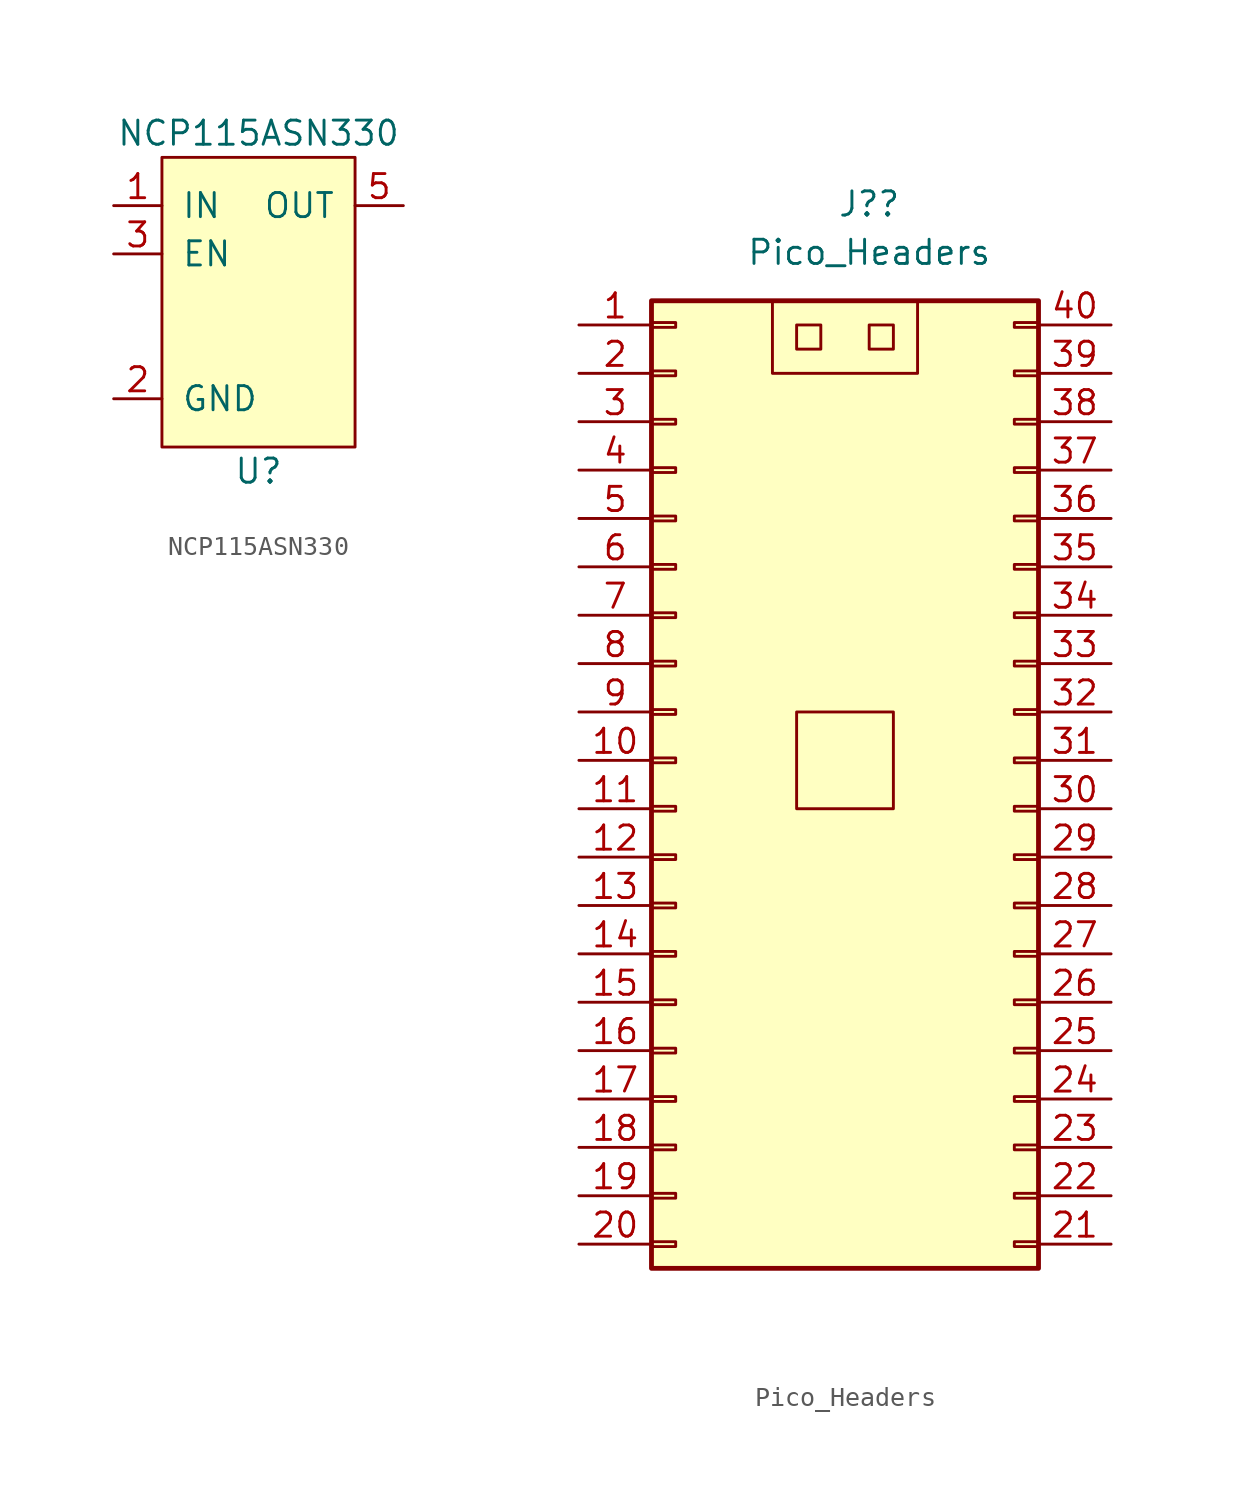
<source format=kicad_sym>
(kicad_symbol_lib
  (version 20211014)
  (generator kicad_symbol_editor)
  (symbol "NCP115ASN330"
    (pin_names
      (offset 1.016))
    (property "Reference" "U"
      (at 0 -10.16 0)
      (effects (font (size 1.27 1.27))))
    (property "Value" "NCP115ASN330"
      (at 0 7.62 0)
      (effects (font (size 1.27 1.27))))
    (symbol "NCP115ASN330_0_1"
      (rectangle (start -5.08 6.35) (end 5.08 -8.89) (stroke (width 0) (type default) (color 0 0 0 0)) (fill (type background))))
    (symbol "NCP115ASN330_1_1"
      (pin power_in line (at -7.62 3.81 0) (length 2.54) (name "IN" (effects (font (size 1.27 1.27)))) (number "1" (effects (font (size 1.27 1.27)))))
      (pin passive line (at -7.62 -6.35 0) (length 2.54) (name "GND" (effects (font (size 1.27 1.27)))) (number "2" (effects (font (size 1.27 1.27)))))
      (pin input line (at -7.62 1.27 0) (length 2.54) (name "EN" (effects (font (size 1.27 1.27)))) (number "3" (effects (font (size 1.27 1.27)))))
      (pin power_out line (at 7.62 3.81 180) (length 2.54) (name "OUT" (effects (font (size 1.27 1.27)))) (number "5" (effects (font (size 1.27 1.27)))))))
  (symbol "Pico_Headers"
    (pin_names
      (offset 1.016) hide)
    (property "Reference" "J?"
      (at 1.27 29.21 0)
      (effects (font (size 1.27 1.27))))
    (property "Value" "Pico_Headers"
      (at 1.27 26.67 0)
      (effects (font (size 1.27 1.27))))
    (symbol "Pico_Headers_0_1"
      (rectangle (start -10.16 24.13) (end 10.16 -26.67) (stroke (width 0.254) (type default) (color 0 0 0 0)) (fill (type background)))
      (rectangle (start -3.81 24.13) (end 3.81 20.32) (stroke (width 0) (type default) (color 0 0 0 0)) (fill (type none)))
      (rectangle (start -2.54 2.54) (end 2.54 -2.54) (stroke (width 0) (type default) (color 0 0 0 0)) (fill (type none)))
      (rectangle (start -2.54 22.86) (end -1.27 21.59) (stroke (width 0) (type default) (color 0 0 0 0)) (fill (type none)))
      (rectangle (start 1.27 22.86) (end 2.54 21.59) (stroke (width 0) (type default) (color 0 0 0 0)) (fill (type none))))
    (symbol "Pico_Headers_1_1"
      (rectangle (start -10.16 -25.273) (end -8.89 -25.527) (stroke (width 0.152) (type default) (color 0 0 0 0)) (fill (type none)))
      (rectangle (start -10.16 -22.733) (end -8.89 -22.987) (stroke (width 0.152) (type default) (color 0 0 0 0)) (fill (type none)))
      (rectangle (start -10.16 -20.193) (end -8.89 -20.447) (stroke (width 0.152) (type default) (color 0 0 0 0)) (fill (type none)))
      (rectangle (start -10.16 -17.653) (end -8.89 -17.907) (stroke (width 0.152) (type default) (color 0 0 0 0)) (fill (type none)))
      (rectangle (start -10.16 -15.113) (end -8.89 -15.367) (stroke (width 0.152) (type default) (color 0 0 0 0)) (fill (type none)))
      (rectangle (start -10.16 -12.573) (end -8.89 -12.827) (stroke (width 0.152) (type default) (color 0 0 0 0)) (fill (type none)))
      (rectangle (start -10.16 -10.033) (end -8.89 -10.287) (stroke (width 0.152) (type default) (color 0 0 0 0)) (fill (type none)))
      (rectangle (start -10.16 -7.493) (end -8.89 -7.747) (stroke (width 0.152) (type default) (color 0 0 0 0)) (fill (type none)))
      (rectangle (start -10.16 -4.953) (end -8.89 -5.207) (stroke (width 0.152) (type default) (color 0 0 0 0)) (fill (type none)))
      (rectangle (start -10.16 -2.413) (end -8.89 -2.667) (stroke (width 0.152) (type default) (color 0 0 0 0)) (fill (type none)))
      (rectangle (start -10.16 0.127) (end -8.89 -0.127) (stroke (width 0.152) (type default) (color 0 0 0 0)) (fill (type none)))
      (rectangle (start -10.16 2.667) (end -8.89 2.413) (stroke (width 0.152) (type default) (color 0 0 0 0)) (fill (type none)))
      (rectangle (start -10.16 5.207) (end -8.89 4.953) (stroke (width 0.152) (type default) (color 0 0 0 0)) (fill (type none)))
      (rectangle (start -10.16 7.747) (end -8.89 7.493) (stroke (width 0.152) (type default) (color 0 0 0 0)) (fill (type none)))
      (rectangle (start -10.16 10.287) (end -8.89 10.033) (stroke (width 0.152) (type default) (color 0 0 0 0)) (fill (type none)))
      (rectangle (start -10.16 12.827) (end -8.89 12.573) (stroke (width 0.152) (type default) (color 0 0 0 0)) (fill (type none)))
      (rectangle (start -10.16 15.367) (end -8.89 15.113) (stroke (width 0.152) (type default) (color 0 0 0 0)) (fill (type none)))
      (rectangle (start -10.16 17.907) (end -8.89 17.653) (stroke (width 0.152) (type default) (color 0 0 0 0)) (fill (type none)))
      (rectangle (start -10.16 20.447) (end -8.89 20.193) (stroke (width 0.152) (type default) (color 0 0 0 0)) (fill (type none)))
      (rectangle (start -10.16 22.987) (end -8.89 22.733) (stroke (width 0.152) (type default) (color 0 0 0 0)) (fill (type none)))
      (rectangle (start 10.16 -25.273) (end 8.89 -25.527) (stroke (width 0.152) (type default) (color 0 0 0 0)) (fill (type none)))
      (rectangle (start 10.16 -22.733) (end 8.89 -22.987) (stroke (width 0.152) (type default) (color 0 0 0 0)) (fill (type none)))
      (rectangle (start 10.16 -20.193) (end 8.89 -20.447) (stroke (width 0.152) (type default) (color 0 0 0 0)) (fill (type none)))
      (rectangle (start 10.16 -17.653) (end 8.89 -17.907) (stroke (width 0.152) (type default) (color 0 0 0 0)) (fill (type none)))
      (rectangle (start 10.16 -15.113) (end 8.89 -15.367) (stroke (width 0.152) (type default) (color 0 0 0 0)) (fill (type none)))
      (rectangle (start 10.16 -12.573) (end 8.89 -12.827) (stroke (width 0.152) (type default) (color 0 0 0 0)) (fill (type none)))
      (rectangle (start 10.16 -10.033) (end 8.89 -10.287) (stroke (width 0.152) (type default) (color 0 0 0 0)) (fill (type none)))
      (rectangle (start 10.16 -7.493) (end 8.89 -7.747) (stroke (width 0.152) (type default) (color 0 0 0 0)) (fill (type none)))
      (rectangle (start 10.16 -4.953) (end 8.89 -5.207) (stroke (width 0.152) (type default) (color 0 0 0 0)) (fill (type none)))
      (rectangle (start 10.16 -2.413) (end 8.89 -2.667) (stroke (width 0.152) (type default) (color 0 0 0 0)) (fill (type none)))
      (rectangle (start 10.16 0.127) (end 8.89 -0.127) (stroke (width 0.152) (type default) (color 0 0 0 0)) (fill (type none)))
      (rectangle (start 10.16 2.667) (end 8.89 2.413) (stroke (width 0.152) (type default) (color 0 0 0 0)) (fill (type none)))
      (rectangle (start 10.16 5.207) (end 8.89 4.953) (stroke (width 0.152) (type default) (color 0 0 0 0)) (fill (type none)))
      (rectangle (start 10.16 7.747) (end 8.89 7.493) (stroke (width 0.152) (type default) (color 0 0 0 0)) (fill (type none)))
      (rectangle (start 10.16 10.287) (end 8.89 10.033) (stroke (width 0.152) (type default) (color 0 0 0 0)) (fill (type none)))
      (rectangle (start 10.16 12.827) (end 8.89 12.573) (stroke (width 0.152) (type default) (color 0 0 0 0)) (fill (type none)))
      (rectangle (start 10.16 15.367) (end 8.89 15.113) (stroke (width 0.152) (type default) (color 0 0 0 0)) (fill (type none)))
      (rectangle (start 10.16 17.907) (end 8.89 17.653) (stroke (width 0.152) (type default) (color 0 0 0 0)) (fill (type none)))
      (rectangle (start 10.16 20.447) (end 8.89 20.193) (stroke (width 0.152) (type default) (color 0 0 0 0)) (fill (type none)))
      (rectangle (start 10.16 22.987) (end 8.89 22.733) (stroke (width 0.152) (type default) (color 0 0 0 0)) (fill (type none)))
      (pin passive line (at -13.97 22.86 0) (length 3.81) (name "Pin_1" (effects (font (size 1.27 1.27)))) (number "1" (effects (font (size 1.27 1.27)))))
      (pin passive line (at -13.97 0 0) (length 3.81) (name "Pin_10" (effects (font (size 1.27 1.27)))) (number "10" (effects (font (size 1.27 1.27)))))
      (pin passive line (at -13.97 -2.54 0) (length 3.81) (name "Pin_11" (effects (font (size 1.27 1.27)))) (number "11" (effects (font (size 1.27 1.27)))))
      (pin passive line (at -13.97 -5.08 0) (length 3.81) (name "Pin_12" (effects (font (size 1.27 1.27)))) (number "12" (effects (font (size 1.27 1.27)))))
      (pin passive line (at -13.97 -7.62 0) (length 3.81) (name "Pin_13" (effects (font (size 1.27 1.27)))) (number "13" (effects (font (size 1.27 1.27)))))
      (pin passive line (at -13.97 -10.16 0) (length 3.81) (name "Pin_14" (effects (font (size 1.27 1.27)))) (number "14" (effects (font (size 1.27 1.27)))))
      (pin passive line (at -13.97 -12.7 0) (length 3.81) (name "Pin_15" (effects (font (size 1.27 1.27)))) (number "15" (effects (font (size 1.27 1.27)))))
      (pin passive line (at -13.97 -15.24 0) (length 3.81) (name "Pin_16" (effects (font (size 1.27 1.27)))) (number "16" (effects (font (size 1.27 1.27)))))
      (pin passive line (at -13.97 -17.78 0) (length 3.81) (name "Pin_17" (effects (font (size 1.27 1.27)))) (number "17" (effects (font (size 1.27 1.27)))))
      (pin passive line (at -13.97 -20.32 0) (length 3.81) (name "Pin_18" (effects (font (size 1.27 1.27)))) (number "18" (effects (font (size 1.27 1.27)))))
      (pin passive line (at -13.97 -22.86 0) (length 3.81) (name "Pin_19" (effects (font (size 1.27 1.27)))) (number "19" (effects (font (size 1.27 1.27)))))
      (pin passive line (at -13.97 20.32 0) (length 3.81) (name "Pin_2" (effects (font (size 1.27 1.27)))) (number "2" (effects (font (size 1.27 1.27)))))
      (pin passive line (at -13.97 -25.4 0) (length 3.81) (name "Pin_20" (effects (font (size 1.27 1.27)))) (number "20" (effects (font (size 1.27 1.27)))))
      (pin passive line (at 13.97 -25.4 180) (length 3.81) (name "Pin_21" (effects (font (size 1.27 1.27)))) (number "21" (effects (font (size 1.27 1.27)))))
      (pin passive line (at 13.97 -22.86 180) (length 3.81) (name "Pin_22" (effects (font (size 1.27 1.27)))) (number "22" (effects (font (size 1.27 1.27)))))
      (pin passive line (at 13.97 -20.32 180) (length 3.81) (name "Pin_23" (effects (font (size 1.27 1.27)))) (number "23" (effects (font (size 1.27 1.27)))))
      (pin passive line (at 13.97 -17.78 180) (length 3.81) (name "Pin_24" (effects (font (size 1.27 1.27)))) (number "24" (effects (font (size 1.27 1.27)))))
      (pin passive line (at 13.97 -15.24 180) (length 3.81) (name "Pin_25" (effects (font (size 1.27 1.27)))) (number "25" (effects (font (size 1.27 1.27)))))
      (pin passive line (at 13.97 -12.7 180) (length 3.81) (name "Pin_26" (effects (font (size 1.27 1.27)))) (number "26" (effects (font (size 1.27 1.27)))))
      (pin passive line (at 13.97 -10.16 180) (length 3.81) (name "Pin_27" (effects (font (size 1.27 1.27)))) (number "27" (effects (font (size 1.27 1.27)))))
      (pin passive line (at 13.97 -7.62 180) (length 3.81) (name "Pin_28" (effects (font (size 1.27 1.27)))) (number "28" (effects (font (size 1.27 1.27)))))
      (pin passive line (at 13.97 -5.08 180) (length 3.81) (name "Pin_29" (effects (font (size 1.27 1.27)))) (number "29" (effects (font (size 1.27 1.27)))))
      (pin passive line (at -13.97 17.78 0) (length 3.81) (name "Pin_3" (effects (font (size 1.27 1.27)))) (number "3" (effects (font (size 1.27 1.27)))))
      (pin passive line (at 13.97 -2.54 180) (length 3.81) (name "Pin_30" (effects (font (size 1.27 1.27)))) (number "30" (effects (font (size 1.27 1.27)))))
      (pin passive line (at 13.97 0 180) (length 3.81) (name "Pin_31" (effects (font (size 1.27 1.27)))) (number "31" (effects (font (size 1.27 1.27)))))
      (pin passive line (at 13.97 2.54 180) (length 3.81) (name "Pin_32" (effects (font (size 1.27 1.27)))) (number "32" (effects (font (size 1.27 1.27)))))
      (pin passive line (at 13.97 5.08 180) (length 3.81) (name "Pin_33" (effects (font (size 1.27 1.27)))) (number "33" (effects (font (size 1.27 1.27)))))
      (pin passive line (at 13.97 7.62 180) (length 3.81) (name "Pin_34" (effects (font (size 1.27 1.27)))) (number "34" (effects (font (size 1.27 1.27)))))
      (pin passive line (at 13.97 10.16 180) (length 3.81) (name "Pin_35" (effects (font (size 1.27 1.27)))) (number "35" (effects (font (size 1.27 1.27)))))
      (pin passive line (at 13.97 12.7 180) (length 3.81) (name "Pin_36" (effects (font (size 1.27 1.27)))) (number "36" (effects (font (size 1.27 1.27)))))
      (pin passive line (at 13.97 15.24 180) (length 3.81) (name "Pin_37" (effects (font (size 1.27 1.27)))) (number "37" (effects (font (size 1.27 1.27)))))
      (pin passive line (at 13.97 17.78 180) (length 3.81) (name "Pin_38" (effects (font (size 1.27 1.27)))) (number "38" (effects (font (size 1.27 1.27)))))
      (pin passive line (at 13.97 20.32 180) (length 3.81) (name "Pin_39" (effects (font (size 1.27 1.27)))) (number "39" (effects (font (size 1.27 1.27)))))
      (pin passive line (at -13.97 15.24 0) (length 3.81) (name "Pin_4" (effects (font (size 1.27 1.27)))) (number "4" (effects (font (size 1.27 1.27)))))
      (pin passive line (at 13.97 22.86 180) (length 3.81) (name "Pin_40" (effects (font (size 1.27 1.27)))) (number "40" (effects (font (size 1.27 1.27)))))
      (pin passive line (at -13.97 12.7 0) (length 3.81) (name "Pin_5" (effects (font (size 1.27 1.27)))) (number "5" (effects (font (size 1.27 1.27)))))
      (pin passive line (at -13.97 10.16 0) (length 3.81) (name "Pin_6" (effects (font (size 1.27 1.27)))) (number "6" (effects (font (size 1.27 1.27)))))
      (pin passive line (at -13.97 7.62 0) (length 3.81) (name "Pin_7" (effects (font (size 1.27 1.27)))) (number "7" (effects (font (size 1.27 1.27)))))
      (pin passive line (at -13.97 5.08 0) (length 3.81) (name "Pin_8" (effects (font (size 1.27 1.27)))) (number "8" (effects (font (size 1.27 1.27)))))
      (pin passive line (at -13.97 2.54 0) (length 3.81) (name "Pin_9" (effects (font (size 1.27 1.27)))) (number "9" (effects (font (size 1.27 1.27))))))))
</source>
